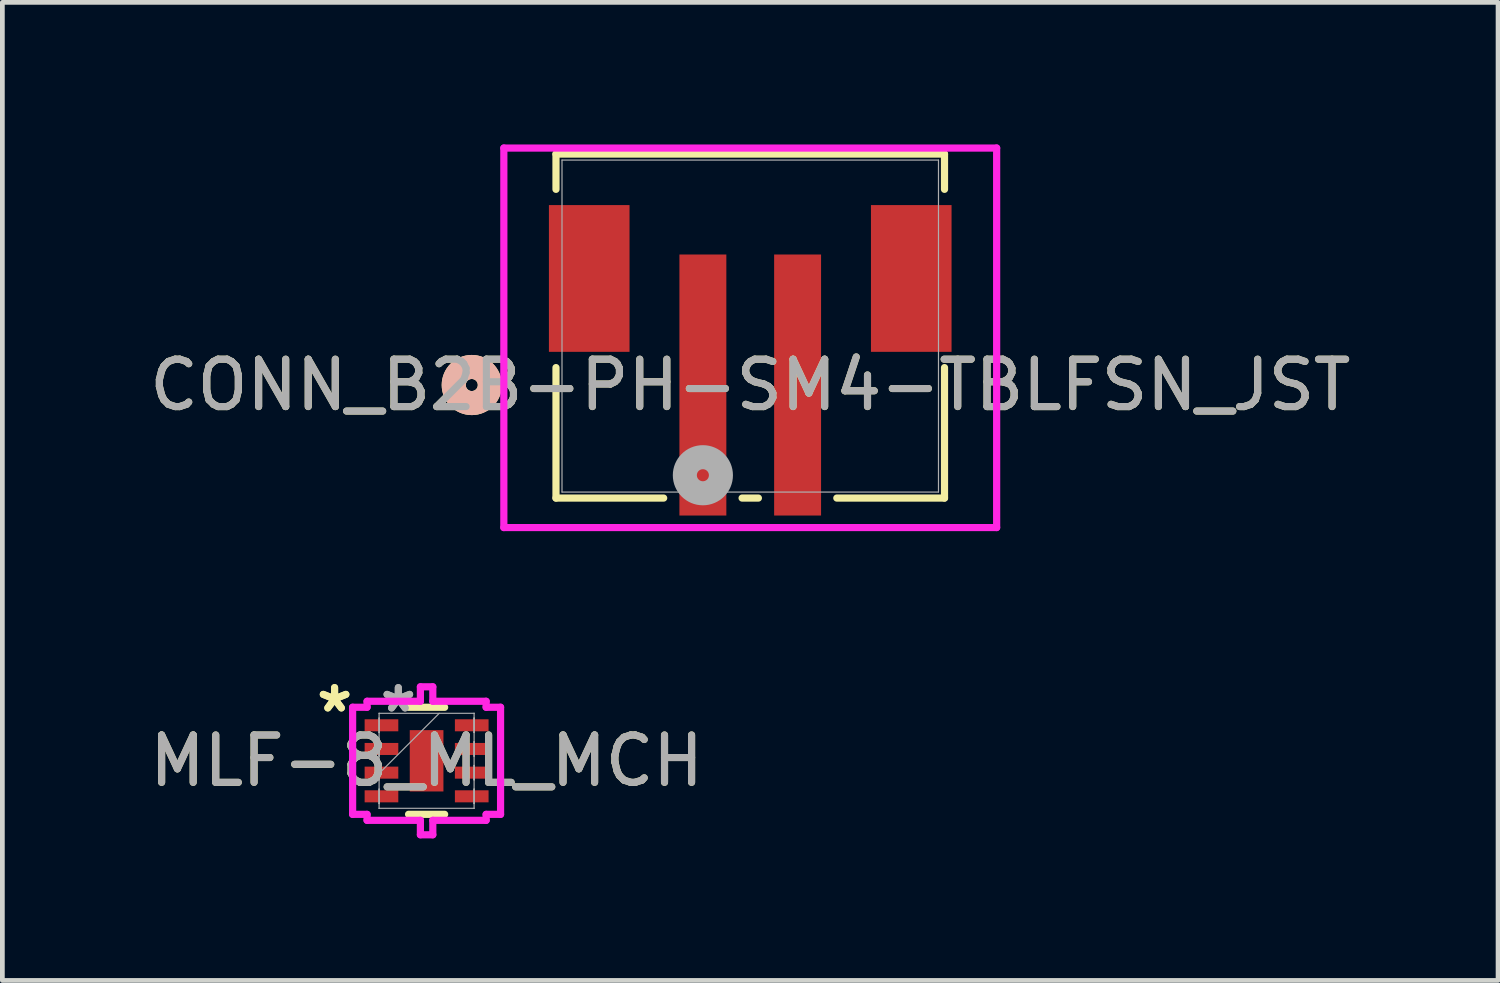
<source format=kicad_pcb>
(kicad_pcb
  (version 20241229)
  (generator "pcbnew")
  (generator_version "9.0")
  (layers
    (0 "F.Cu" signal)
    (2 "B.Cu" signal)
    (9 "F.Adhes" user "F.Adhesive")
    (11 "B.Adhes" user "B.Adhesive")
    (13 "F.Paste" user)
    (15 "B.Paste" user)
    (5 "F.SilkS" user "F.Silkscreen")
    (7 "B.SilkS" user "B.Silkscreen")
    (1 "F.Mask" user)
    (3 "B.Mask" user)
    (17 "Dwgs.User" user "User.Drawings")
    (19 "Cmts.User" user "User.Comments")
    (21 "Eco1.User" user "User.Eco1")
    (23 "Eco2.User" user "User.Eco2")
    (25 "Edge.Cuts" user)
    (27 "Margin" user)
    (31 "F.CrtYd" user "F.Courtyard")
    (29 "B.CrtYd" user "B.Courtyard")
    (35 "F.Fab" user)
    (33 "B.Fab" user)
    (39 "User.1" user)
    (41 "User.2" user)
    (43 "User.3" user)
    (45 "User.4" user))
  (footprint "CONN_B2B-PH-SM4-TBLFSN_JST"
    (layer "F.Cu")
    (at 12.792 3.835)
    (property "Reference" "CONN_B2B-PH-SM4-TBLFSN_JST" (at 0 1.245 0) (unlocked yes) (layer "F.SilkS") (effects (font (size 1 1) (thickness 0.15))))
    (attr smd)
    (fp_line (start -4.102 -3.632) (end -4.102 -2.887) (stroke (width 0.152) (type solid)) (layer "F.SilkS"))
    (fp_line (start -4.102 0.877) (end -4.102 3.632) (stroke (width 0.152) (type solid)) (layer "F.SilkS"))
    (fp_line (start -4.102 3.632) (end -1.828 3.632) (stroke (width 0.152) (type solid)) (layer "F.SilkS"))
    (fp_line (start -0.172 3.632) (end 0.172 3.632) (stroke (width 0.152) (type solid)) (layer "F.SilkS"))
    (fp_line (start 1.828 3.632) (end 4.102 3.632) (stroke (width 0.152) (type solid)) (layer "F.SilkS"))
    (fp_line (start 4.102 -3.632) (end -4.102 -3.632) (stroke (width 0.152) (type solid)) (layer "F.SilkS"))
    (fp_line (start 4.102 -2.887) (end 4.102 -3.632) (stroke (width 0.152) (type solid)) (layer "F.SilkS"))
    (fp_line (start 4.102 3.632) (end 4.102 0.877) (stroke (width 0.152) (type solid)) (layer "F.SilkS"))
    (fp_circle (center -5.88 1.245) (end -5.499 1.245) (stroke (width 0.508) (type solid)) (fill no) (layer "F.SilkS"))
    (fp_circle (center -5.88 1.245) (end -5.499 1.245) (stroke (width 0.508) (type solid)) (fill no) (layer "B.SilkS"))
    (fp_line (start -5.203 -3.759) (end -5.203 4.255) (stroke (width 0.152) (type solid)) (layer "F.CrtYd"))
    (fp_line (start -5.203 4.255) (end 5.203 4.255) (stroke (width 0.152) (type solid)) (layer "F.CrtYd"))
    (fp_line (start 5.203 -3.759) (end -5.203 -3.759) (stroke (width 0.152) (type solid)) (layer "F.CrtYd"))
    (fp_line (start 5.203 4.255) (end 5.203 -3.759) (stroke (width 0.152) (type solid)) (layer "F.CrtYd"))
    (fp_line (start -3.975 -3.505) (end -3.975 3.505) (stroke (width 0.025) (type solid)) (layer "F.Fab"))
    (fp_line (start -3.975 3.505) (end 3.975 3.505) (stroke (width 0.025) (type solid)) (layer "F.Fab"))
    (fp_line (start 3.975 -3.505) (end -3.975 -3.505) (stroke (width 0.025) (type solid)) (layer "F.Fab"))
    (fp_line (start 3.975 3.505) (end 3.975 -3.505) (stroke (width 0.025) (type solid)) (layer "F.Fab"))
    (fp_circle (center -1 3.15) (end -0.619 3.15) (stroke (width 0.508) (type solid)) (fill no) (layer "F.Fab"))
    (fp_text user "${REFERENCE}" (at 0 1.245 0) (unlocked yes) (layer "F.Fab") (effects (font (size 1 1) (thickness 0.15))))
    (pad "1" smd rect (at -1 1.245) (size 0.991 5.512) (layers "F.Cu" "F.Mask" "F.Paste"))
    (pad "2" smd rect (at 1 1.245) (size 0.991 5.512) (layers "F.Cu" "F.Mask" "F.Paste"))
    (pad "3" smd rect (at -3.4 -1.005 90) (size 3.099 1.702) (layers "F.Cu" "F.Mask" "F.Paste"))
    (pad "4" smd rect (at 3.4 -1.005 90) (size 3.099 1.702) (layers "F.Cu" "F.Mask" "F.Paste")))
  (footprint "MLF-8_ML_MCH"
    (layer "F.Cu")
    (at 5.958 13.015)
    (property "Reference" "MLF-8_ML_MCH" (at 0 0 0) (unlocked yes) (layer "F.SilkS") (effects (font (size 1 1) (thickness 0.15))))
    (attr smd)
    (fp_line (start -0.381 1.13) (end 0.381 1.13) (stroke (width 0.152) (type solid)) (layer "F.SilkS"))
    (fp_line (start 0.381 -1.13) (end -0.381 -1.13) (stroke (width 0.152) (type solid)) (layer "F.SilkS"))
    (fp_line (start -1.562 -1.131) (end -1.257 -1.131) (stroke (width 0.152) (type solid)) (layer "F.CrtYd"))
    (fp_line (start -1.562 1.131) (end -1.562 -1.131) (stroke (width 0.152) (type solid)) (layer "F.CrtYd"))
    (fp_line (start -1.257 -1.257) (end -0.131 -1.257) (stroke (width 0.152) (type solid)) (layer "F.CrtYd"))
    (fp_line (start -1.257 -1.131) (end -1.257 -1.257) (stroke (width 0.152) (type solid)) (layer "F.CrtYd"))
    (fp_line (start -1.257 1.131) (end -1.562 1.131) (stroke (width 0.152) (type solid)) (layer "F.CrtYd"))
    (fp_line (start -1.257 1.257) (end -1.257 1.131) (stroke (width 0.152) (type solid)) (layer "F.CrtYd"))
    (fp_line (start -0.131 -1.562) (end 0.131 -1.562) (stroke (width 0.152) (type solid)) (layer "F.CrtYd"))
    (fp_line (start -0.131 -1.257) (end -0.131 -1.562) (stroke (width 0.152) (type solid)) (layer "F.CrtYd"))
    (fp_line (start -0.131 1.257) (end -1.257 1.257) (stroke (width 0.152) (type solid)) (layer "F.CrtYd"))
    (fp_line (start -0.131 1.562) (end -0.131 1.257) (stroke (width 0.152) (type solid)) (layer "F.CrtYd"))
    (fp_line (start 0.131 -1.562) (end 0.131 -1.257) (stroke (width 0.152) (type solid)) (layer "F.CrtYd"))
    (fp_line (start 0.131 -1.257) (end 1.257 -1.257) (stroke (width 0.152) (type solid)) (layer "F.CrtYd"))
    (fp_line (start 0.131 1.257) (end 0.131 1.562) (stroke (width 0.152) (type solid)) (layer "F.CrtYd"))
    (fp_line (start 0.131 1.562) (end -0.131 1.562) (stroke (width 0.152) (type solid)) (layer "F.CrtYd"))
    (fp_line (start 1.257 -1.257) (end 1.257 -1.131) (stroke (width 0.152) (type solid)) (layer "F.CrtYd"))
    (fp_line (start 1.257 -1.131) (end 1.562 -1.131) (stroke (width 0.152) (type solid)) (layer "F.CrtYd"))
    (fp_line (start 1.257 1.131) (end 1.257 1.257) (stroke (width 0.152) (type solid)) (layer "F.CrtYd"))
    (fp_line (start 1.257 1.257) (end 0.131 1.257) (stroke (width 0.152) (type solid)) (layer "F.CrtYd"))
    (fp_line (start 1.562 -1.131) (end 1.562 1.131) (stroke (width 0.152) (type solid)) (layer "F.CrtYd"))
    (fp_line (start 1.562 1.131) (end 1.257 1.131) (stroke (width 0.152) (type solid)) (layer "F.CrtYd"))
    (fp_line (start -1.003 -1.003) (end -1.003 -1.003) (stroke (width 0.025) (type solid)) (layer "F.Fab"))
    (fp_line (start -1.003 -1.003) (end -1.003 1.003) (stroke (width 0.025) (type solid)) (layer "F.Fab"))
    (fp_line (start -1.003 -0.902) (end -1.003 -0.902) (stroke (width 0.025) (type solid)) (layer "F.Fab"))
    (fp_line (start -1.003 -0.902) (end -1.003 -0.598) (stroke (width 0.025) (type solid)) (layer "F.Fab"))
    (fp_line (start -1.003 -0.598) (end -1.003 -0.902) (stroke (width 0.025) (type solid)) (layer "F.Fab"))
    (fp_line (start -1.003 -0.598) (end -1.003 -0.598) (stroke (width 0.025) (type solid)) (layer "F.Fab"))
    (fp_line (start -1.003 -0.402) (end -1.003 -0.402) (stroke (width 0.025) (type solid)) (layer "F.Fab"))
    (fp_line (start -1.003 -0.402) (end -1.003 -0.098) (stroke (width 0.025) (type solid)) (layer "F.Fab"))
    (fp_line (start -1.003 -0.098) (end -1.003 -0.402) (stroke (width 0.025) (type solid)) (layer "F.Fab"))
    (fp_line (start -1.003 -0.098) (end -1.003 -0.098) (stroke (width 0.025) (type solid)) (layer "F.Fab"))
    (fp_line (start -1.003 0.098) (end -1.003 0.098) (stroke (width 0.025) (type solid)) (layer "F.Fab"))
    (fp_line (start -1.003 0.098) (end -1.003 0.402) (stroke (width 0.025) (type solid)) (layer "F.Fab"))
    (fp_line (start -1.003 0.267) (end 0.267 -1.003) (stroke (width 0.025) (type solid)) (layer "F.Fab"))
    (fp_line (start -1.003 0.402) (end -1.003 0.098) (stroke (width 0.025) (type solid)) (layer "F.Fab"))
    (fp_line (start -1.003 0.402) (end -1.003 0.402) (stroke (width 0.025) (type solid)) (layer "F.Fab"))
    (fp_line (start -1.003 0.598) (end -1.003 0.598) (stroke (width 0.025) (type solid)) (layer "F.Fab"))
    (fp_line (start -1.003 0.598) (end -1.003 0.902) (stroke (width 0.025) (type solid)) (layer "F.Fab"))
    (fp_line (start -1.003 0.902) (end -1.003 0.598) (stroke (width 0.025) (type solid)) (layer "F.Fab"))
    (fp_line (start -1.003 0.902) (end -1.003 0.902) (stroke (width 0.025) (type solid)) (layer "F.Fab"))
    (fp_line (start -1.003 1.003) (end -1.003 1.003) (stroke (width 0.025) (type solid)) (layer "F.Fab"))
    (fp_line (start -1.003 1.003) (end 1.003 1.003) (stroke (width 0.025) (type solid)) (layer "F.Fab"))
    (fp_line (start 1.003 -1.003) (end -1.003 -1.003) (stroke (width 0.025) (type solid)) (layer "F.Fab"))
    (fp_line (start 1.003 -1.003) (end 1.003 -1.003) (stroke (width 0.025) (type solid)) (layer "F.Fab"))
    (fp_line (start 1.003 -0.902) (end 1.003 -0.902) (stroke (width 0.025) (type solid)) (layer "F.Fab"))
    (fp_line (start 1.003 -0.902) (end 1.003 -0.598) (stroke (width 0.025) (type solid)) (layer "F.Fab"))
    (fp_line (start 1.003 -0.598) (end 1.003 -0.902) (stroke (width 0.025) (type solid)) (layer "F.Fab"))
    (fp_line (start 1.003 -0.598) (end 1.003 -0.598) (stroke (width 0.025) (type solid)) (layer "F.Fab"))
    (fp_line (start 1.003 -0.402) (end 1.003 -0.402) (stroke (width 0.025) (type solid)) (layer "F.Fab"))
    (fp_line (start 1.003 -0.402) (end 1.003 -0.098) (stroke (width 0.025) (type solid)) (layer "F.Fab"))
    (fp_line (start 1.003 -0.098) (end 1.003 -0.402) (stroke (width 0.025) (type solid)) (layer "F.Fab"))
    (fp_line (start 1.003 -0.098) (end 1.003 -0.098) (stroke (width 0.025) (type solid)) (layer "F.Fab"))
    (fp_line (start 1.003 0.098) (end 1.003 0.098) (stroke (width 0.025) (type solid)) (layer "F.Fab"))
    (fp_line (start 1.003 0.098) (end 1.003 0.402) (stroke (width 0.025) (type solid)) (layer "F.Fab"))
    (fp_line (start 1.003 0.402) (end 1.003 0.098) (stroke (width 0.025) (type solid)) (layer "F.Fab"))
    (fp_line (start 1.003 0.402) (end 1.003 0.402) (stroke (width 0.025) (type solid)) (layer "F.Fab"))
    (fp_line (start 1.003 0.598) (end 1.003 0.598) (stroke (width 0.025) (type solid)) (layer "F.Fab"))
    (fp_line (start 1.003 0.598) (end 1.003 0.902) (stroke (width 0.025) (type solid)) (layer "F.Fab"))
    (fp_line (start 1.003 0.902) (end 1.003 0.598) (stroke (width 0.025) (type solid)) (layer "F.Fab"))
    (fp_line (start 1.003 0.902) (end 1.003 0.902) (stroke (width 0.025) (type solid)) (layer "F.Fab"))
    (fp_line (start 1.003 1.003) (end 1.003 -1.003) (stroke (width 0.025) (type solid)) (layer "F.Fab"))
    (fp_line (start 1.003 1.003) (end 1.003 1.003) (stroke (width 0.025) (type solid)) (layer "F.Fab"))
    (fp_text user "*" (at -1.943 -1 0) (unlocked yes) (layer "F.SilkS") (effects (font (size 1 1) (thickness 0.15))))
    (fp_text user "*" (at -1.943 -1 0) (layer "F.SilkS") (effects (font (size 1 1) (thickness 0.15))))
    (fp_text user "*" (at -0.597 -1 0) (layer "F.Fab") (effects (font (size 1 1) (thickness 0.15))))
    (fp_text user "${REFERENCE}" (at 0 0 0) (unlocked yes) (layer "F.Fab") (effects (font (size 1 1) (thickness 0.15))))
    (fp_text user "*" (at -0.597 -1 0) (unlocked yes) (layer "F.Fab") (effects (font (size 1 1) (thickness 0.15))))
    (pad "1" smd rect (at -0.953 -0.75 90) (size 0.254 0.711) (layers "F.Cu" "F.Mask" "F.Paste"))
    (pad "2" smd rect (at -0.953 -0.25 90) (size 0.254 0.711) (layers "F.Cu" "F.Mask" "F.Paste"))
    (pad "3" smd rect (at -0.953 0.25 90) (size 0.254 0.711) (layers "F.Cu" "F.Mask" "F.Paste"))
    (pad "4" smd rect (at -0.953 0.75 90) (size 0.254 0.711) (layers "F.Cu" "F.Mask" "F.Paste"))
    (pad "5" smd rect (at 0.953 0.75 90) (size 0.254 0.711) (layers "F.Cu" "F.Mask" "F.Paste"))
    (pad "6" smd rect (at 0.953 0.25 90) (size 0.254 0.711) (layers "F.Cu" "F.Mask" "F.Paste"))
    (pad "7" smd rect (at 0.953 -0.25 90) (size 0.254 0.711) (layers "F.Cu" "F.Mask" "F.Paste"))
    (pad "8" smd rect (at 0.953 -0.75 90) (size 0.254 0.711) (layers "F.Cu" "F.Mask" "F.Paste"))
    (pad "9" smd rect (at 0 0) (size 0.711 1.295) (layers "F.Cu" "F.Mask" "F.Paste")))
  (gr_rect
    (start -3 -3)
    (end 28.583 17.653)
    (stroke (width 0.1) (type default))
    (fill no)
    (layer "Edge.Cuts")))
</source>
